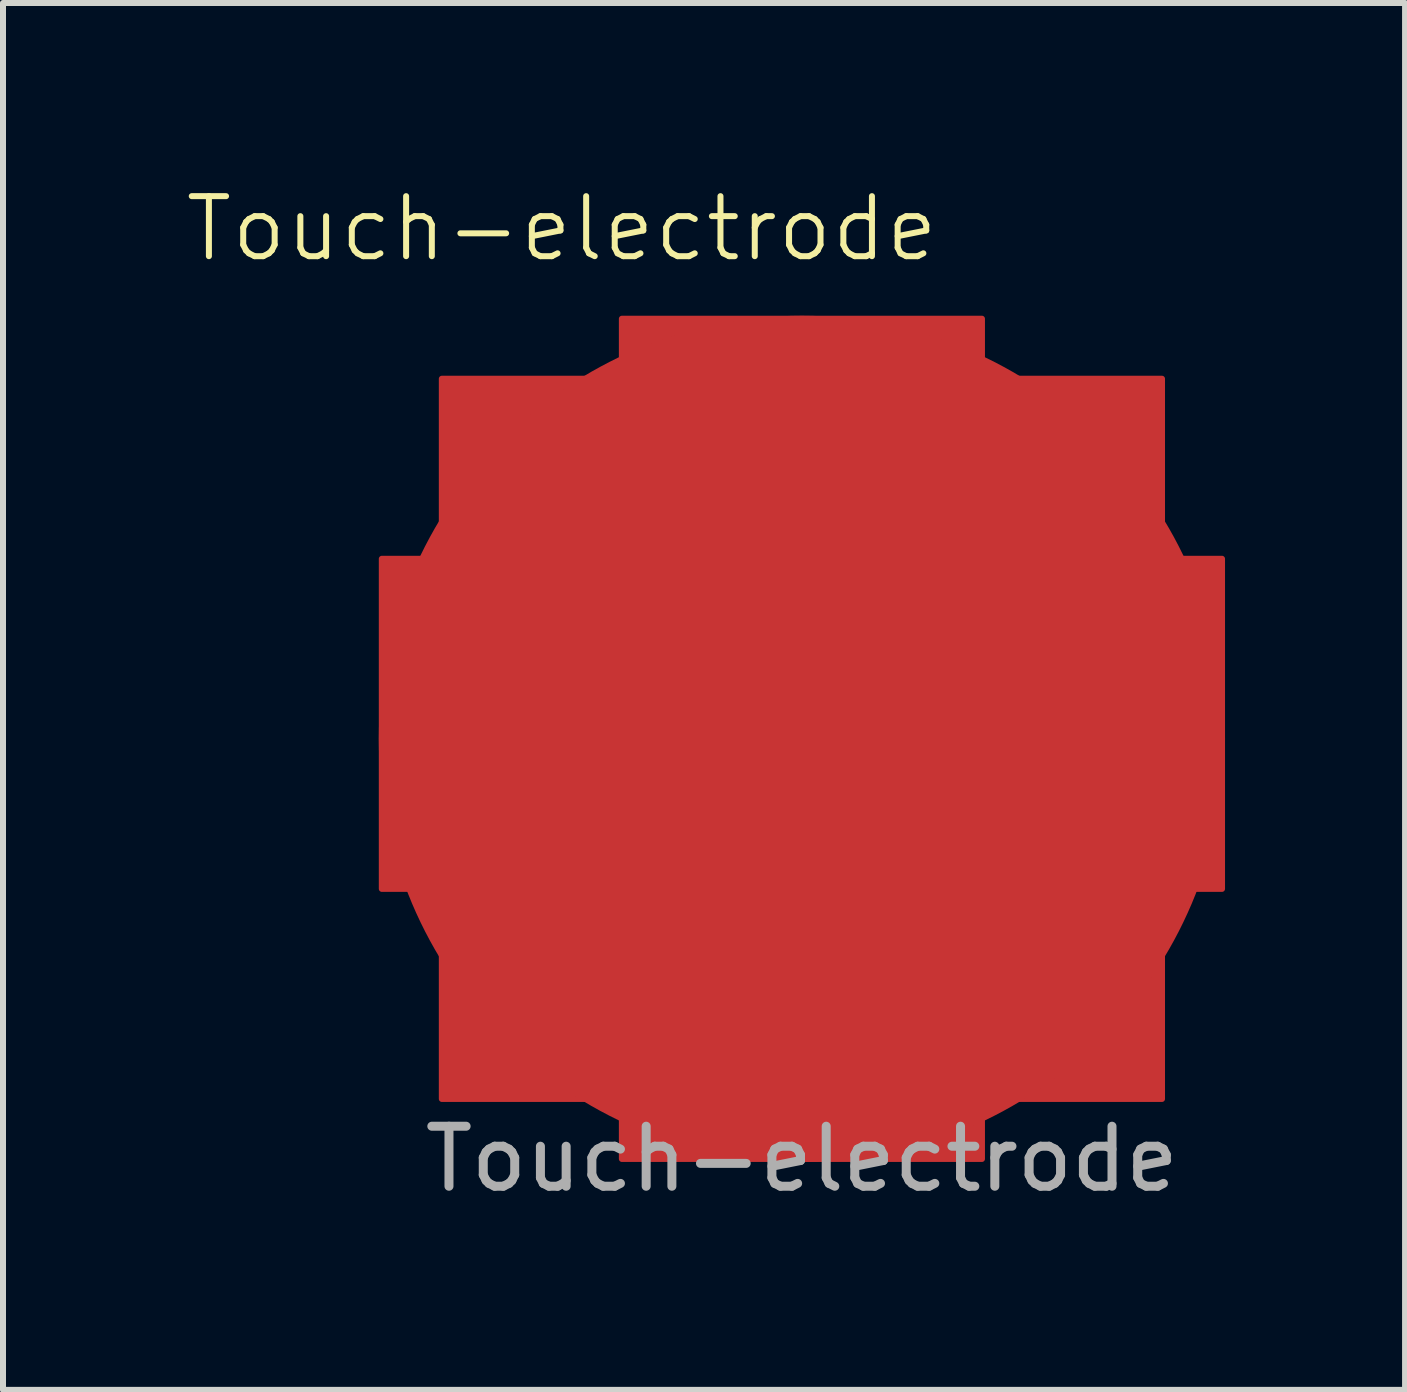
<source format=kicad_pcb>
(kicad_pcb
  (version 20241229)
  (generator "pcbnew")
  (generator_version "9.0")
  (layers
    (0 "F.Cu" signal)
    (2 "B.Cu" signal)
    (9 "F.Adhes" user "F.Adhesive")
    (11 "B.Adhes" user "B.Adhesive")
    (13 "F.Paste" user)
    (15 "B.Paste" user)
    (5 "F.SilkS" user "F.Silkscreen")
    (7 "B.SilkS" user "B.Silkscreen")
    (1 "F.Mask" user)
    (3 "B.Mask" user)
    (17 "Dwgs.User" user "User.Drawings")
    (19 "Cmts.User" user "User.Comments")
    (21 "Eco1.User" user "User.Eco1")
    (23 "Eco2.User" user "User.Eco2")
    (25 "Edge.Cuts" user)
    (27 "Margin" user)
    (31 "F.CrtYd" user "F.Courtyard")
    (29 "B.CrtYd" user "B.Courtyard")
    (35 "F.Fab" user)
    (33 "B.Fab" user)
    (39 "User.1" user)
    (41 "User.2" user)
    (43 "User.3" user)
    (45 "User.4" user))
  (footprint "Touch-electrode"
    (layer "F.Cu")
    (at 10.312 9.261)
    (property "Reference" "Touch-electrode" (at -4 -8.5 0) (unlocked yes) (layer "F.SilkS") (effects (font (size 1 1) (thickness 0.1))))
    (attr smd)
    (fp_rect (start -7 -3) (end -3 2.5) (stroke (width 0.1) (type default)) (fill yes) (layer "F.Cu"))
    (fp_rect (start -6 -6) (end 0 0) (stroke (width 0.1) (type default)) (fill yes) (layer "F.Cu"))
    (fp_rect (start -6 0) (end 0 6) (stroke (width 0.1) (type default)) (fill yes) (layer "F.Cu"))
    (fp_rect (start -3 -7) (end 3 0) (stroke (width 0.1) (type default)) (fill yes) (layer "F.Cu"))
    (fp_rect (start -3 0) (end 3 7) (stroke (width 0.1) (type default)) (fill yes) (layer "F.Cu"))
    (fp_rect (start 0 -6) (end 6 0) (stroke (width 0.1) (type default)) (fill yes) (layer "F.Cu"))
    (fp_rect (start 0 0) (end 6 6) (stroke (width 0.1) (type default)) (fill yes) (layer "F.Cu"))
    (fp_rect (start 3 -3) (end 7 2.5) (stroke (width 0.1) (type default)) (fill yes) (layer "F.Cu"))
    (fp_circle (center 0 0) (end 0 -7) (stroke (width 0.1) (type default)) (fill yes) (layer "F.Cu"))
    (fp_text user "${REFERENCE}" (at 0 7 0) (unlocked yes) (layer "F.Fab") (effects (font (size 1 1) (thickness 0.15))))
    (pad "1" smd roundrect (at 0 -6) (size 1 1) (property pad_prop_mechanical) (layers "F.Cu" "F.Mask" "F.Paste") (roundrect_rratio 0.15)))
  (gr_rect
    (start -3 -3)
    (end 20.362 20.109)
    (stroke (width 0.1) (type default))
    (fill no)
    (layer "Edge.Cuts")))
</source>
